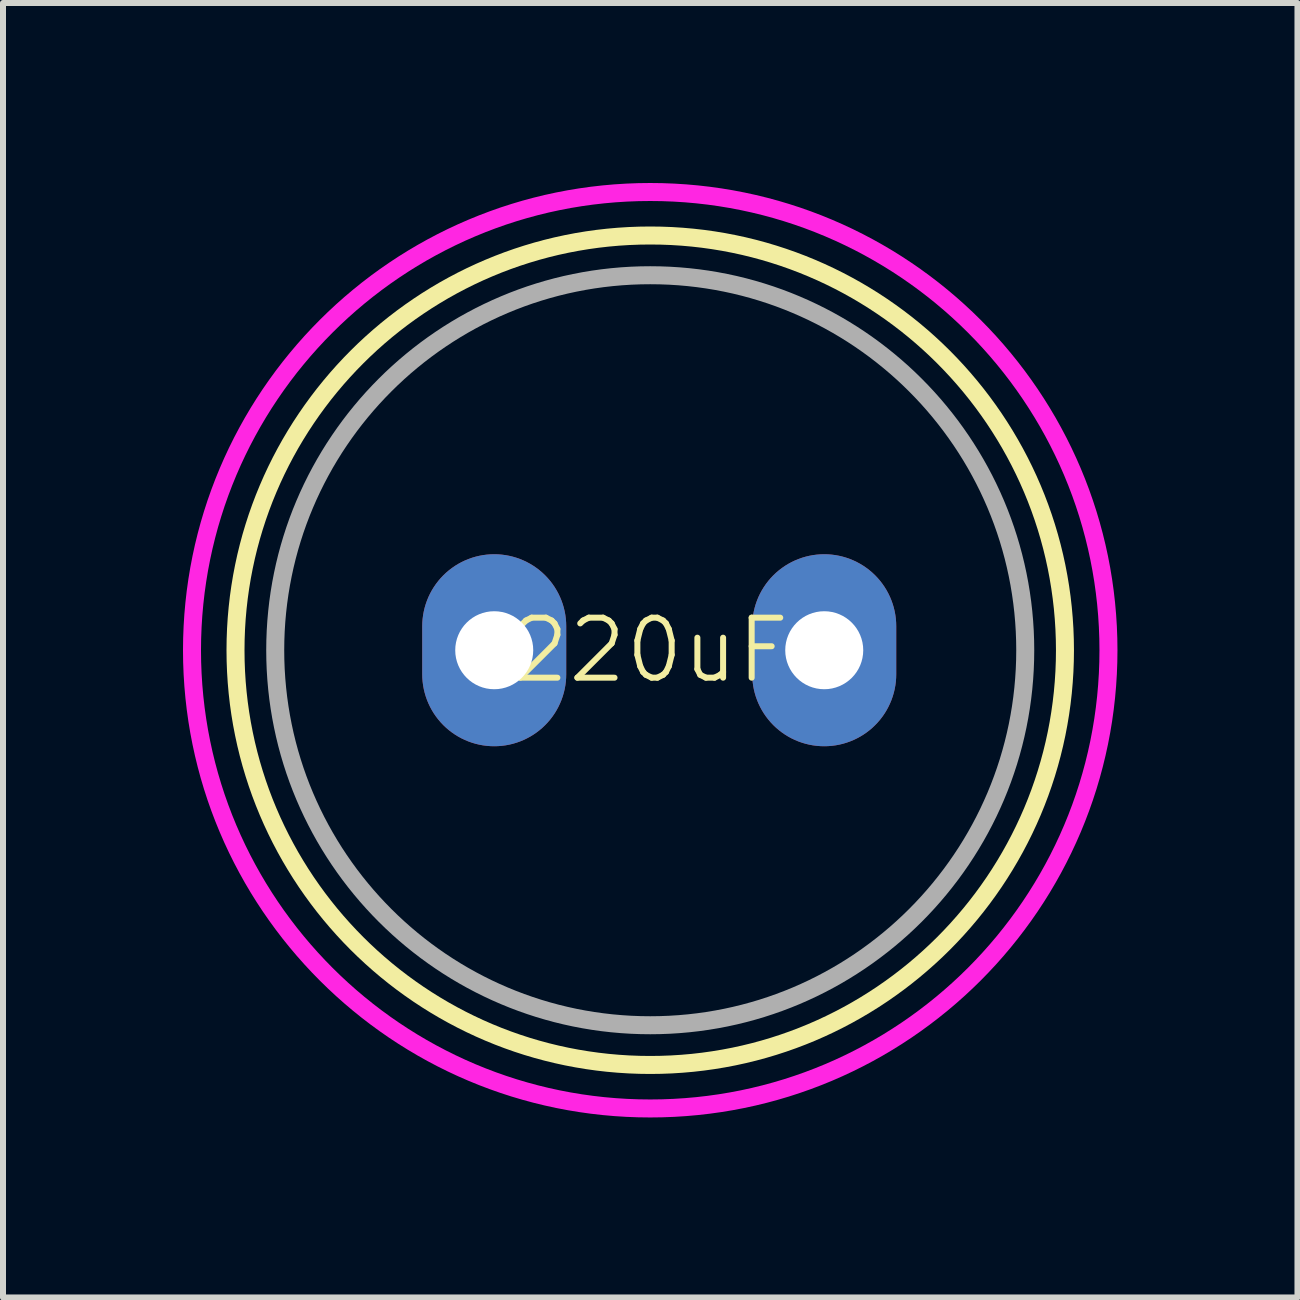
<source format=kicad_pcb>
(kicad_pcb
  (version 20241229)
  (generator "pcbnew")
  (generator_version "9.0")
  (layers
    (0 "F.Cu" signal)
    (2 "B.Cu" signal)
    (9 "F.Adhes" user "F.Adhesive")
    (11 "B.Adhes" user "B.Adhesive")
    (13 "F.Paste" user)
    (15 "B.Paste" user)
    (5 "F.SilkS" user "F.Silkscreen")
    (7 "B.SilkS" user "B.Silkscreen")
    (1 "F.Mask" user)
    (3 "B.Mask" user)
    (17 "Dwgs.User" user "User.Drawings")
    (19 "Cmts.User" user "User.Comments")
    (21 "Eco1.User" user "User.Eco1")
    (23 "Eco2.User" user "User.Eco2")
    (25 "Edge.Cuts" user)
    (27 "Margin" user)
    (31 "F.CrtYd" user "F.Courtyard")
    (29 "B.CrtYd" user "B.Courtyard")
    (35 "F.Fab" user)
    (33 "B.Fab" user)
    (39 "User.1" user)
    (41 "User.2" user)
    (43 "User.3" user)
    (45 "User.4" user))
  (footprint "220uF"
    (layer "F.Cu")
    (at 7.787 7.787)
    (property "Reference" "220uF" (at 0 0 0) (unlocked yes) (layer "F.SilkS") (effects (font (size 1 1) (thickness 0.1))))
    (attr through_hole)
    (fp_circle (center 0 0) (end 6.912 0) (stroke (width 0.3) (type default)) (fill no) (layer "F.SilkS"))
    (fp_circle (center 0 0) (end 7.637 0) (stroke (width 0.3) (type default)) (fill no) (layer "F.CrtYd"))
    (fp_circle (center 0 0) (end 6.25 0) (stroke (width 0.3) (type default)) (fill no) (layer "F.Fab"))
    (pad "1" thru_hole oval (at -2.6 0) (size 2.4 3.2) (drill 1.3) (layers "*.Cu" "*.Mask"))
    (pad "2" thru_hole oval (at 2.9 0) (size 2.4 3.2) (drill 1.3) (layers "*.Cu" "*.Mask")))
  (gr_rect
    (start -3 -3)
    (end 18.574 18.574)
    (stroke (width 0.1) (type default))
    (fill no)
    (layer "Edge.Cuts")))
</source>
